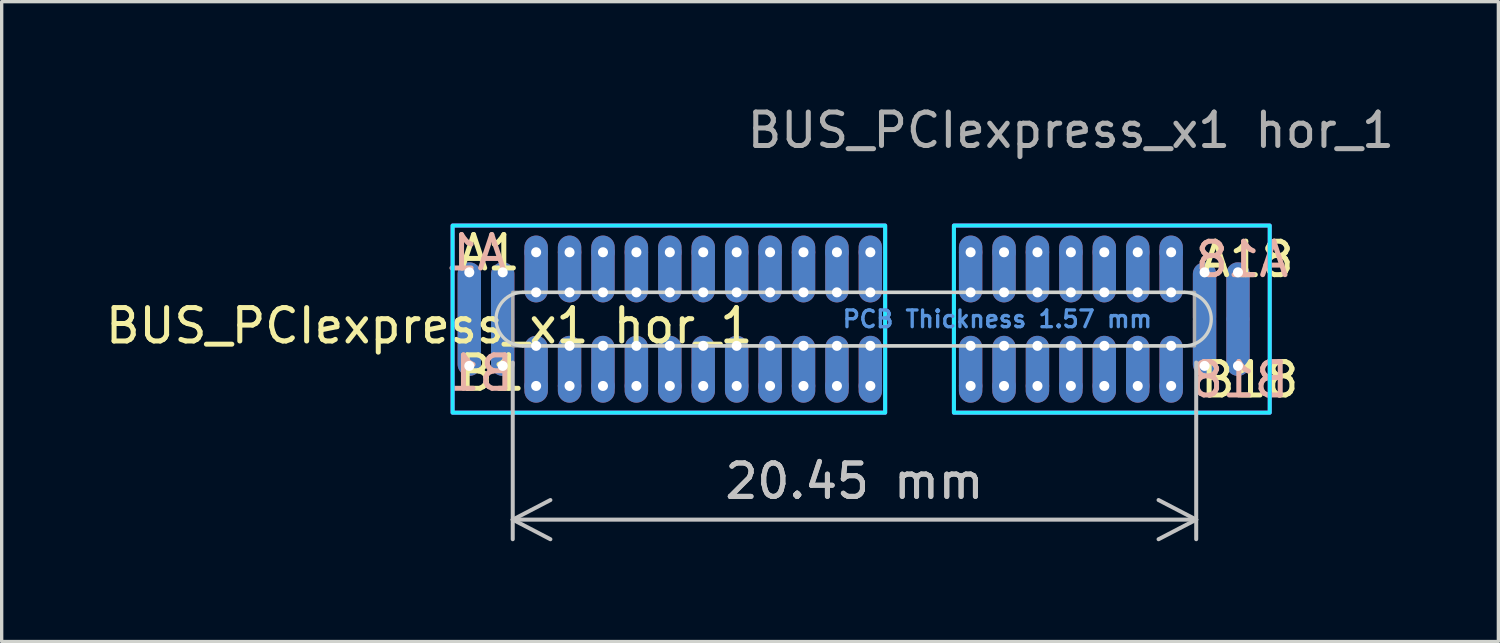
<source format=kicad_pcb>
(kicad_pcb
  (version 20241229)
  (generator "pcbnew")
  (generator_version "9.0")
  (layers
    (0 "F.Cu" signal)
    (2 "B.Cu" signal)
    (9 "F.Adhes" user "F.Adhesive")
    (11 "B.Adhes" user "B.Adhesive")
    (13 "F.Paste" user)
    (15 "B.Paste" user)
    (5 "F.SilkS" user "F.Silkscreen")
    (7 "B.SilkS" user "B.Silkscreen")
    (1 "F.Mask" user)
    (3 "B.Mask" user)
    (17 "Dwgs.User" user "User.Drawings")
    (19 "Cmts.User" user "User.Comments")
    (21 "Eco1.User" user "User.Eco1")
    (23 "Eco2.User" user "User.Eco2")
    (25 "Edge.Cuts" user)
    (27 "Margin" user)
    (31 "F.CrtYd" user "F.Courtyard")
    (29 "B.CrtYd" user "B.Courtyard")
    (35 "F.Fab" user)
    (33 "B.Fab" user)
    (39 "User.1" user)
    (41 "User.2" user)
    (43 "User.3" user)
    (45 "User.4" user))
  (footprint "BUS_PCIexpress_x1 hor_1"
    (layer "F.Cu")
    (at 12.992 6.498)
    (property "Reference" "BUS_PCIexpress_x1 hor_1" (at -3.2 0.2 0) (layer "F.SilkS") (effects (font (size 1 1) (thickness 0.15))))
    (attr exclude_from_pos_files exclude_from_bom)
    (fp_line (start -0.4 0.8) (end 19.4 0.8) (stroke (width 0.1) (type default)) (layer "Edge.Cuts"))
    (fp_line (start 19.4 -0.8) (end -0.4 -0.8) (stroke (width 0.1) (type default)) (layer "Edge.Cuts"))
    (fp_arc (start -0.4 0.8) (mid -1.2 0) (end -0.4 -0.8) (stroke (width 0.1) (type default)) (layer "Edge.Cuts"))
    (fp_arc (start 19.4 -0.8) (mid 20.2 0) (end 19.4 0.8) (stroke (width 0.1) (type default)) (layer "Edge.Cuts"))
    (fp_rect (start -2.5 -2.8) (end 10.443 2.8) (stroke (width 0.12) (type default)) (fill no) (layer "B.CrtYd"))
    (fp_rect (start 12.5 -2.8) (end 21.95 2.8) (stroke (width 0.12) (type default)) (fill no) (layer "B.CrtYd"))
    (fp_rect (start -2.5 -2.8) (end 10.443 2.8) (stroke (width 0.12) (type default)) (fill no) (layer "F.CrtYd"))
    (fp_rect (start 12.5 -2.8) (end 21.95 2.8) (stroke (width 0.12) (type default)) (fill no) (layer "F.CrtYd"))
    (fp_rect (start -0.7 -0.8) (end 19.7 0.8) (stroke (width 0.1) (type default)) (fill no) (layer "F.Fab"))
    (fp_text user "B18" (at 19.8 2.4 0) (unlocked yes) (layer "F.SilkS") (effects (font (size 1 1) (thickness 0.15)) (justify left bottom)))
    (fp_text user "A18" (at 19.8 -1.2 0) (unlocked yes) (layer "F.SilkS") (effects (font (size 1 1) (thickness 0.15)) (justify left bottom)))
    (fp_text user "B1" (at -2.4 2.2 0) (unlocked yes) (layer "F.SilkS") (effects (font (size 1 1) (thickness 0.15)) (justify left bottom)))
    (fp_text user "A1" (at -2.4 -1.4 0) (unlocked yes) (layer "F.SilkS") (effects (font (size 1 1) (thickness 0.15)) (justify left bottom)))
    (fp_text user "A18" (at 22.6 -1.2 0) (layer "B.SilkS") (effects (font (size 1 1) (thickness 0.15)) (justify left bottom mirror)))
    (fp_text user "B18" (at 22.6 2.4 0) (layer "B.SilkS") (effects (font (size 1 1) (thickness 0.15)) (justify left bottom mirror)))
    (fp_text user "A1" (at -0.8 -1.4 0) (layer "B.SilkS") (effects (font (size 1 1) (thickness 0.15)) (justify left bottom mirror)))
    (fp_text user "B1" (at -0.6 2.2 0) (layer "B.SilkS") (effects (font (size 1 1) (thickness 0.15)) (justify left bottom mirror)))
    (fp_text user "PCB Thickness 1.57 mm" (at 13.8 0 180) (layer "Cmts.User") (effects (font (size 0.5 0.5) (thickness 0.1))))
    (fp_text user "${REFERENCE}" (at 16 -5.65 0) (layer "F.Fab") (effects (font (size 1 1) (thickness 0.15))))
    (dimension (type aligned) (layer "Dwgs.User") (pts (xy 32.742 7.298) (xy 12.292 7.298)) (height -5.2) (format (prefix "") (suffix "") (units 3) (units_format 1) (precision 2)) (style (thickness 0.12) (arrow_length 1.27) (text_position_mode 0) (arrow_direction outward) (extension_height 0.586) (extension_offset 0.5) (keep_text_aligned yes)) (gr_text "20.45 mm" (at 22.517 11.348 0) (layer "Dwgs.User") (effects (font (size 1 1) (thickness 0.15)))))
    (pad "0" thru_hole oval (at -2 -1.4 180) (size 0.7 2) (drill 0.3 (offset 0 -0.7)) (property pad_prop_castellated) (layers "*.Cu" "*.Mask"))
    (pad "0" thru_hole oval (at -2 1.4) (size 0.7 2) (drill 0.3 (offset 0 -0.7)) (property pad_prop_castellated) (layers "*.Cu" "*.Mask"))
    (pad "0" thru_hole oval (at -1 -1.4 180) (size 0.7 2) (drill 0.3 (offset 0 -0.7)) (property pad_prop_castellated) (layers "*.Cu" "*.Mask"))
    (pad "0" thru_hole oval (at -1 1.4) (size 0.7 2) (drill 0.3 (offset 0 -0.7)) (property pad_prop_castellated) (layers "*.Cu" "*.Mask"))
    (pad "0" thru_hole oval (at 20 -1.4 180) (size 0.7 2) (drill 0.3 (offset 0 -0.7)) (property pad_prop_castellated) (layers "*.Cu" "*.Mask"))
    (pad "0" thru_hole oval (at 20 1.4) (size 0.7 2) (drill 0.3 (offset 0 -0.7)) (property pad_prop_castellated) (layers "*.Cu" "*.Mask"))
    (pad "0" thru_hole oval (at 21 -1.4 180) (size 0.7 2) (drill 0.3 (offset 0 -0.7)) (property pad_prop_castellated) (layers "*.Cu" "*.Mask"))
    (pad "0" thru_hole oval (at 21 1.4) (size 0.7 2) (drill 0.3 (offset 0 -0.7)) (property pad_prop_castellated) (layers "*.Cu" "*.Mask"))
    (pad "A1" thru_hole circle (at 0 -2) (size 0.7 0.7) (drill 0.3) (layers "*.Cu" "*.Mask"))
    (pad "A1" thru_hole oval (at 0 -0.8) (size 0.7 2) (drill 0.3 (offset 0 -0.7)) (property pad_prop_castellated) (layers "*.Cu" "*.Mask"))
    (pad "A2" thru_hole circle (at 1 -2) (size 0.7 0.7) (drill 0.3) (layers "*.Cu" "*.Mask"))
    (pad "A2" thru_hole oval (at 1 -0.8) (size 0.7 2) (drill 0.3 (offset 0 -0.7)) (property pad_prop_castellated) (layers "*.Cu" "*.Mask"))
    (pad "A3" thru_hole circle (at 2 -2) (size 0.7 0.7) (drill 0.3) (layers "*.Cu" "*.Mask"))
    (pad "A3" thru_hole oval (at 2 -0.8) (size 0.7 2) (drill 0.3 (offset 0 -0.7)) (property pad_prop_castellated) (layers "*.Cu" "*.Mask"))
    (pad "A4" thru_hole circle (at 3 -2) (size 0.7 0.7) (drill 0.3) (layers "*.Cu" "*.Mask"))
    (pad "A4" thru_hole oval (at 3 -0.8) (size 0.7 2) (drill 0.3 (offset 0 -0.7)) (property pad_prop_castellated) (layers "*.Cu" "*.Mask"))
    (pad "A5" thru_hole circle (at 4 -2) (size 0.7 0.7) (drill 0.3) (layers "*.Cu" "*.Mask"))
    (pad "A5" thru_hole oval (at 4 -0.8) (size 0.7 2) (drill 0.3 (offset 0 -0.7)) (property pad_prop_castellated) (layers "*.Cu" "*.Mask"))
    (pad "A6" thru_hole circle (at 5 -2) (size 0.7 0.7) (drill 0.3) (layers "*.Cu" "*.Mask"))
    (pad "A6" thru_hole oval (at 5 -0.8) (size 0.7 2) (drill 0.3 (offset 0 -0.7)) (property pad_prop_castellated) (layers "*.Cu" "*.Mask"))
    (pad "A7" thru_hole circle (at 6 -2) (size 0.7 0.7) (drill 0.3) (layers "*.Cu" "*.Mask"))
    (pad "A7" thru_hole oval (at 6 -0.8) (size 0.7 2) (drill 0.3 (offset 0 -0.7)) (property pad_prop_castellated) (layers "*.Cu" "*.Mask"))
    (pad "A8" thru_hole circle (at 7 -2) (size 0.7 0.7) (drill 0.3) (layers "*.Cu" "*.Mask"))
    (pad "A8" thru_hole oval (at 7 -0.8) (size 0.7 2) (drill 0.3 (offset 0 -0.7)) (property pad_prop_castellated) (layers "*.Cu" "*.Mask"))
    (pad "A9" thru_hole circle (at 8 -2) (size 0.7 0.7) (drill 0.3) (layers "*.Cu" "*.Mask"))
    (pad "A9" thru_hole oval (at 8 -0.8) (size 0.7 2) (drill 0.3 (offset 0 -0.7)) (property pad_prop_castellated) (layers "*.Cu" "*.Mask"))
    (pad "A10" thru_hole circle (at 9 -2) (size 0.7 0.7) (drill 0.3) (layers "*.Cu" "*.Mask"))
    (pad "A10" thru_hole oval (at 9 -0.8) (size 0.7 2) (drill 0.3 (offset 0 -0.7)) (property pad_prop_castellated) (layers "*.Cu" "*.Mask"))
    (pad "A11" thru_hole circle (at 10 -2) (size 0.7 0.7) (drill 0.3) (layers "*.Cu" "*.Mask"))
    (pad "A11" thru_hole oval (at 10 -0.8) (size 0.7 2) (drill 0.3 (offset 0 -0.7)) (property pad_prop_castellated) (layers "*.Cu" "*.Mask"))
    (pad "A12" thru_hole circle (at 13 -2) (size 0.7 0.7) (drill 0.3) (layers "*.Cu" "*.Mask"))
    (pad "A12" thru_hole oval (at 13 -0.8) (size 0.7 2) (drill 0.3 (offset 0 -0.7)) (property pad_prop_castellated) (layers "*.Cu" "*.Mask"))
    (pad "A13" thru_hole circle (at 14 -2) (size 0.7 0.7) (drill 0.3) (layers "*.Cu" "*.Mask"))
    (pad "A13" thru_hole oval (at 14 -0.8) (size 0.7 2) (drill 0.3 (offset 0 -0.7)) (property pad_prop_castellated) (layers "*.Cu" "*.Mask"))
    (pad "A14" thru_hole circle (at 15 -2) (size 0.7 0.7) (drill 0.3) (layers "*.Cu" "*.Mask"))
    (pad "A14" thru_hole oval (at 15 -0.8) (size 0.7 2) (drill 0.3 (offset 0 -0.7)) (property pad_prop_castellated) (layers "*.Cu" "*.Mask"))
    (pad "A15" thru_hole circle (at 16 -2) (size 0.7 0.7) (drill 0.3) (layers "*.Cu" "*.Mask"))
    (pad "A15" thru_hole oval (at 16 -0.8) (size 0.7 2) (drill 0.3 (offset 0 -0.7)) (property pad_prop_castellated) (layers "*.Cu" "*.Mask"))
    (pad "A16" thru_hole circle (at 17 -2) (size 0.7 0.7) (drill 0.3) (layers "*.Cu" "*.Mask"))
    (pad "A16" thru_hole oval (at 17 -0.8) (size 0.7 2) (drill 0.3 (offset 0 -0.7)) (property pad_prop_castellated) (layers "*.Cu" "*.Mask"))
    (pad "A17" thru_hole circle (at 18 -2) (size 0.7 0.7) (drill 0.3) (layers "*.Cu" "*.Mask"))
    (pad "A17" thru_hole oval (at 18 -0.8) (size 0.7 2) (drill 0.3 (offset 0 -0.7)) (property pad_prop_castellated) (layers "*.Cu" "*.Mask"))
    (pad "A18" thru_hole circle (at 19 -2) (size 0.7 0.7) (drill 0.3) (layers "*.Cu" "*.Mask"))
    (pad "A18" thru_hole oval (at 19 -0.8) (size 0.7 2) (drill 0.3 (offset 0 -0.7)) (property pad_prop_castellated) (layers "*.Cu" "*.Mask"))
    (pad "B1" thru_hole oval (at 0 0.8) (size 0.7 2) (drill 0.3 (offset 0 0.7)) (property pad_prop_castellated) (layers "*.Cu" "*.Mask"))
    (pad "B1" thru_hole circle (at 0 2) (size 0.7 0.7) (drill 0.3) (layers "*.Cu" "*.Mask"))
    (pad "B2" thru_hole oval (at 1 0.8) (size 0.7 2) (drill 0.3 (offset 0 0.7)) (property pad_prop_castellated) (layers "*.Cu" "*.Mask"))
    (pad "B2" thru_hole circle (at 1 2) (size 0.7 0.7) (drill 0.3) (layers "*.Cu" "*.Mask"))
    (pad "B3" thru_hole oval (at 2 0.8) (size 0.7 2) (drill 0.3 (offset 0 0.7)) (property pad_prop_castellated) (layers "*.Cu" "*.Mask"))
    (pad "B3" thru_hole circle (at 2 2) (size 0.7 0.7) (drill 0.3) (layers "*.Cu" "*.Mask"))
    (pad "B4" thru_hole oval (at 3 0.8) (size 0.7 2) (drill 0.3 (offset 0 0.7)) (property pad_prop_castellated) (layers "*.Cu" "*.Mask"))
    (pad "B4" thru_hole circle (at 3 2) (size 0.7 0.7) (drill 0.3) (layers "*.Cu" "*.Mask"))
    (pad "B5" thru_hole oval (at 4 0.8) (size 0.7 2) (drill 0.3 (offset 0 0.7)) (property pad_prop_castellated) (layers "*.Cu" "*.Mask"))
    (pad "B5" thru_hole circle (at 4 2) (size 0.7 0.7) (drill 0.3) (layers "*.Cu" "*.Mask"))
    (pad "B6" thru_hole oval (at 5 0.8) (size 0.7 2) (drill 0.3 (offset 0 0.7)) (property pad_prop_castellated) (layers "*.Cu" "*.Mask"))
    (pad "B6" thru_hole circle (at 5 2) (size 0.7 0.7) (drill 0.3) (layers "*.Cu" "*.Mask"))
    (pad "B7" thru_hole oval (at 6 0.8) (size 0.7 2) (drill 0.3 (offset 0 0.7)) (property pad_prop_castellated) (layers "*.Cu" "*.Mask"))
    (pad "B7" thru_hole circle (at 6 2) (size 0.7 0.7) (drill 0.3) (layers "*.Cu" "*.Mask"))
    (pad "B8" thru_hole oval (at 7 0.8) (size 0.7 2) (drill 0.3 (offset 0 0.7)) (property pad_prop_castellated) (layers "*.Cu" "*.Mask"))
    (pad "B8" thru_hole circle (at 7 2) (size 0.7 0.7) (drill 0.3) (layers "*.Cu" "*.Mask"))
    (pad "B9" thru_hole oval (at 8 0.8) (size 0.7 2) (drill 0.3 (offset 0 0.7)) (property pad_prop_castellated) (layers "*.Cu" "*.Mask"))
    (pad "B9" thru_hole circle (at 8 2) (size 0.7 0.7) (drill 0.3) (layers "*.Cu" "*.Mask"))
    (pad "B10" thru_hole oval (at 9 0.8) (size 0.7 2) (drill 0.3 (offset 0 0.7)) (property pad_prop_castellated) (layers "*.Cu" "*.Mask"))
    (pad "B10" thru_hole circle (at 9 2) (size 0.7 0.7) (drill 0.3) (layers "*.Cu" "*.Mask"))
    (pad "B11" thru_hole oval (at 10 0.8) (size 0.7 2) (drill 0.3 (offset 0 0.7)) (property pad_prop_castellated) (layers "*.Cu" "*.Mask"))
    (pad "B11" thru_hole circle (at 10 2) (size 0.7 0.7) (drill 0.3) (layers "*.Cu" "*.Mask"))
    (pad "B12" thru_hole oval (at 13 0.8) (size 0.7 2) (drill 0.3 (offset 0 0.7)) (property pad_prop_castellated) (layers "*.Cu" "*.Mask"))
    (pad "B12" thru_hole circle (at 13 2) (size 0.7 0.7) (drill 0.3) (layers "*.Cu" "*.Mask"))
    (pad "B13" thru_hole oval (at 14 0.8) (size 0.7 2) (drill 0.3 (offset 0 0.7)) (property pad_prop_castellated) (layers "*.Cu" "*.Mask"))
    (pad "B13" thru_hole circle (at 14 2) (size 0.7 0.7) (drill 0.3) (layers "*.Cu" "*.Mask"))
    (pad "B14" thru_hole oval (at 15 0.8) (size 0.7 2) (drill 0.3 (offset 0 0.7)) (property pad_prop_castellated) (layers "*.Cu" "*.Mask"))
    (pad "B14" thru_hole circle (at 15 2) (size 0.7 0.7) (drill 0.3) (layers "*.Cu" "*.Mask"))
    (pad "B15" thru_hole oval (at 16 0.8) (size 0.7 2) (drill 0.3 (offset 0 0.7)) (property pad_prop_castellated) (layers "*.Cu" "*.Mask"))
    (pad "B15" thru_hole circle (at 16 2) (size 0.7 0.7) (drill 0.3) (layers "*.Cu" "*.Mask"))
    (pad "B16" thru_hole oval (at 17 0.8) (size 0.7 2) (drill 0.3 (offset 0 0.7)) (property pad_prop_castellated) (layers "*.Cu" "*.Mask"))
    (pad "B16" thru_hole circle (at 17 2) (size 0.7 0.7) (drill 0.3) (layers "*.Cu" "*.Mask"))
    (pad "B17" thru_hole oval (at 18 0.8) (size 0.7 2) (drill 0.3 (offset 0 0.7)) (property pad_prop_castellated) (layers "*.Cu" "*.Mask"))
    (pad "B17" thru_hole circle (at 18 2) (size 0.7 0.7) (drill 0.3) (layers "*.Cu" "*.Mask"))
    (pad "B18" thru_hole oval (at 19 0.8) (size 0.7 2) (drill 0.3 (offset 0 0.7)) (property pad_prop_castellated) (layers "*.Cu" "*.Mask"))
    (pad "B18" thru_hole circle (at 19 2) (size 0.7 0.7) (drill 0.3) (layers "*.Cu" "*.Mask")))
  (gr_rect
    (start -3 -3)
    (end 41.783 16.145)
    (stroke (width 0.1) (type default))
    (fill no)
    (layer "Edge.Cuts")))
</source>
